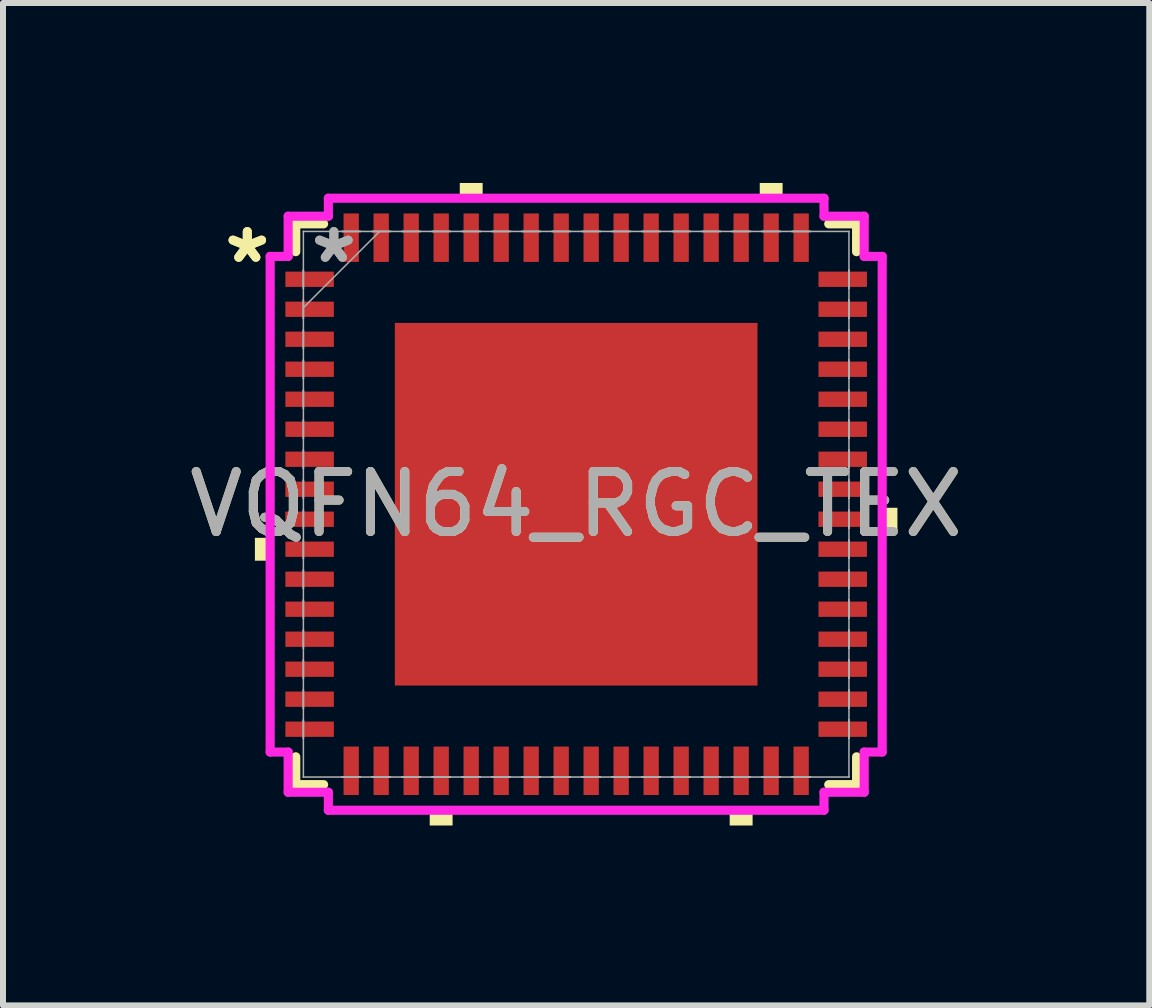
<source format=kicad_pcb>
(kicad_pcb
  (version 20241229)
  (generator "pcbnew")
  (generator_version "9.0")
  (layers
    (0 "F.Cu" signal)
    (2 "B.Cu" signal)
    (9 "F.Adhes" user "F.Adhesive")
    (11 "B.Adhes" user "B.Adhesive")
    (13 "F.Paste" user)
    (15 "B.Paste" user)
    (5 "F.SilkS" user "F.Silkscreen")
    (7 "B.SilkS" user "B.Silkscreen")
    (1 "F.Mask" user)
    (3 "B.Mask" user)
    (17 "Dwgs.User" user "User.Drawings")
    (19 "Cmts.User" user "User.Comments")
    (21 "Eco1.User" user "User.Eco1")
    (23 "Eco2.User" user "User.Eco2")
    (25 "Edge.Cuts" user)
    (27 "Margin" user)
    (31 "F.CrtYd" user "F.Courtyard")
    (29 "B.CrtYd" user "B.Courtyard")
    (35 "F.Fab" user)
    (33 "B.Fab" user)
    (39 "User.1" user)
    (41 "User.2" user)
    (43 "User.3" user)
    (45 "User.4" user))
  (footprint "VQFN64_RGC_TEX"
    (layer "F.Cu")
    (at 6.554 5.355)
    (property "Reference" "VQFN64_RGC_TEX" (at 0 0 0) (unlocked yes) (layer "F.SilkS") (effects (font (size 1 1) (thickness 0.15))))
    (attr smd)
    (fp_line (start -4.674 -4.674) (end -4.674 -4.21) (stroke (width 0.152) (type solid)) (layer "F.SilkS"))
    (fp_line (start -4.674 4.21) (end -4.674 4.674) (stroke (width 0.152) (type solid)) (layer "F.SilkS"))
    (fp_line (start -4.674 4.674) (end -4.21 4.674) (stroke (width 0.152) (type solid)) (layer "F.SilkS"))
    (fp_line (start -4.21 -4.674) (end -4.674 -4.674) (stroke (width 0.152) (type solid)) (layer "F.SilkS"))
    (fp_line (start 4.21 4.674) (end 4.674 4.674) (stroke (width 0.152) (type solid)) (layer "F.SilkS"))
    (fp_line (start 4.674 -4.674) (end 4.21 -4.674) (stroke (width 0.152) (type solid)) (layer "F.SilkS"))
    (fp_line (start 4.674 -4.21) (end 4.674 -4.674) (stroke (width 0.152) (type solid)) (layer "F.SilkS"))
    (fp_line (start 4.674 4.674) (end 4.674 4.21) (stroke (width 0.152) (type solid)) (layer "F.SilkS"))
    (fp_poly (pts (xy -5.355 0.56) (xy -5.355 0.941) (xy -5.101 0.941) (xy -5.101 0.56)) (stroke (width 0) (type solid)) (fill yes) (layer "F.SilkS"))
    (fp_poly (pts (xy -2.441 5.101) (xy -2.441 5.355) (xy -2.06 5.355) (xy -2.06 5.101)) (stroke (width 0) (type solid)) (fill yes) (layer "F.SilkS"))
    (fp_poly (pts (xy -1.94 -5.101) (xy -1.94 -5.355) (xy -1.559 -5.355) (xy -1.559 -5.101)) (stroke (width 0) (type solid)) (fill yes) (layer "F.SilkS"))
    (fp_poly (pts (xy 2.559 5.101) (xy 2.559 5.355) (xy 2.941 5.355) (xy 2.941 5.101)) (stroke (width 0) (type solid)) (fill yes) (layer "F.SilkS"))
    (fp_poly (pts (xy 3.06 -5.101) (xy 3.06 -5.355) (xy 3.441 -5.355) (xy 3.441 -5.101)) (stroke (width 0) (type solid)) (fill yes) (layer "F.SilkS"))
    (fp_poly (pts (xy 5.355 0.059) (xy 5.355 0.441) (xy 5.101 0.441) (xy 5.101 0.059)) (stroke (width 0) (type solid)) (fill yes) (layer "F.SilkS"))
    (fp_poly (pts (xy -2.923 -2.923) (xy -2.923 -1.611) (xy -1.611 -1.611) (xy -1.611 -2.923)) (stroke (width 0) (type solid)) (fill yes) (layer "F.Paste"))
    (fp_poly (pts (xy -2.923 -1.411) (xy -2.923 -0.1) (xy -1.611 -0.1) (xy -1.611 -1.411)) (stroke (width 0) (type solid)) (fill yes) (layer "F.Paste"))
    (fp_poly (pts (xy -2.923 0.1) (xy -2.923 1.411) (xy -1.611 1.411) (xy -1.611 0.1)) (stroke (width 0) (type solid)) (fill yes) (layer "F.Paste"))
    (fp_poly (pts (xy -2.923 1.611) (xy -2.923 2.923) (xy -1.611 2.923) (xy -1.611 1.611)) (stroke (width 0) (type solid)) (fill yes) (layer "F.Paste"))
    (fp_poly (pts (xy -1.411 -2.923) (xy -1.411 -1.611) (xy -0.1 -1.611) (xy -0.1 -2.923)) (stroke (width 0) (type solid)) (fill yes) (layer "F.Paste"))
    (fp_poly (pts (xy -1.411 -1.411) (xy -1.411 -0.1) (xy -0.1 -0.1) (xy -0.1 -1.411)) (stroke (width 0) (type solid)) (fill yes) (layer "F.Paste"))
    (fp_poly (pts (xy -1.411 0.1) (xy -1.411 1.411) (xy -0.1 1.411) (xy -0.1 0.1)) (stroke (width 0) (type solid)) (fill yes) (layer "F.Paste"))
    (fp_poly (pts (xy -1.411 1.611) (xy -1.411 2.923) (xy -0.1 2.923) (xy -0.1 1.611)) (stroke (width 0) (type solid)) (fill yes) (layer "F.Paste"))
    (fp_poly (pts (xy 0.1 -2.923) (xy 0.1 -1.611) (xy 1.411 -1.611) (xy 1.411 -2.923)) (stroke (width 0) (type solid)) (fill yes) (layer "F.Paste"))
    (fp_poly (pts (xy 0.1 -1.411) (xy 0.1 -0.1) (xy 1.411 -0.1) (xy 1.411 -1.411)) (stroke (width 0) (type solid)) (fill yes) (layer "F.Paste"))
    (fp_poly (pts (xy 0.1 0.1) (xy 0.1 1.411) (xy 1.411 1.411) (xy 1.411 0.1)) (stroke (width 0) (type solid)) (fill yes) (layer "F.Paste"))
    (fp_poly (pts (xy 0.1 1.611) (xy 0.1 2.923) (xy 1.411 2.923) (xy 1.411 1.611)) (stroke (width 0) (type solid)) (fill yes) (layer "F.Paste"))
    (fp_poly (pts (xy 1.611 -2.923) (xy 1.611 -1.611) (xy 2.923 -1.611) (xy 2.923 -2.923)) (stroke (width 0) (type solid)) (fill yes) (layer "F.Paste"))
    (fp_poly (pts (xy 1.611 -1.411) (xy 1.611 -0.1) (xy 2.923 -0.1) (xy 2.923 -1.411)) (stroke (width 0) (type solid)) (fill yes) (layer "F.Paste"))
    (fp_poly (pts (xy 1.611 0.1) (xy 1.611 1.411) (xy 2.923 1.411) (xy 2.923 0.1)) (stroke (width 0) (type solid)) (fill yes) (layer "F.Paste"))
    (fp_poly (pts (xy 1.611 1.611) (xy 1.611 2.923) (xy 2.923 2.923) (xy 2.923 1.611)) (stroke (width 0) (type solid)) (fill yes) (layer "F.Paste"))
    (fp_line (start -5.101 -4.131) (end -4.801 -4.131) (stroke (width 0.152) (type solid)) (layer "F.CrtYd"))
    (fp_line (start -5.101 4.131) (end -5.101 -4.131) (stroke (width 0.152) (type solid)) (layer "F.CrtYd"))
    (fp_line (start -4.801 -4.801) (end -4.131 -4.801) (stroke (width 0.152) (type solid)) (layer "F.CrtYd"))
    (fp_line (start -4.801 -4.131) (end -4.801 -4.801) (stroke (width 0.152) (type solid)) (layer "F.CrtYd"))
    (fp_line (start -4.801 4.131) (end -5.101 4.131) (stroke (width 0.152) (type solid)) (layer "F.CrtYd"))
    (fp_line (start -4.801 4.801) (end -4.801 4.131) (stroke (width 0.152) (type solid)) (layer "F.CrtYd"))
    (fp_line (start -4.131 -5.101) (end 4.131 -5.101) (stroke (width 0.152) (type solid)) (layer "F.CrtYd"))
    (fp_line (start -4.131 -4.801) (end -4.131 -5.101) (stroke (width 0.152) (type solid)) (layer "F.CrtYd"))
    (fp_line (start -4.131 4.801) (end -4.801 4.801) (stroke (width 0.152) (type solid)) (layer "F.CrtYd"))
    (fp_line (start -4.131 5.101) (end -4.131 4.801) (stroke (width 0.152) (type solid)) (layer "F.CrtYd"))
    (fp_line (start 4.131 -5.101) (end 4.131 -4.801) (stroke (width 0.152) (type solid)) (layer "F.CrtYd"))
    (fp_line (start 4.131 -4.801) (end 4.801 -4.801) (stroke (width 0.152) (type solid)) (layer "F.CrtYd"))
    (fp_line (start 4.131 4.801) (end 4.131 5.101) (stroke (width 0.152) (type solid)) (layer "F.CrtYd"))
    (fp_line (start 4.131 5.101) (end -4.131 5.101) (stroke (width 0.152) (type solid)) (layer "F.CrtYd"))
    (fp_line (start 4.801 -4.801) (end 4.801 -4.131) (stroke (width 0.152) (type solid)) (layer "F.CrtYd"))
    (fp_line (start 4.801 -4.131) (end 5.101 -4.131) (stroke (width 0.152) (type solid)) (layer "F.CrtYd"))
    (fp_line (start 4.801 4.131) (end 4.801 4.801) (stroke (width 0.152) (type solid)) (layer "F.CrtYd"))
    (fp_line (start 4.801 4.801) (end 4.131 4.801) (stroke (width 0.152) (type solid)) (layer "F.CrtYd"))
    (fp_line (start 5.101 -4.131) (end 5.101 4.131) (stroke (width 0.152) (type solid)) (layer "F.CrtYd"))
    (fp_line (start 5.101 4.131) (end 4.801 4.131) (stroke (width 0.152) (type solid)) (layer "F.CrtYd"))
    (fp_line (start -4.547 -4.547) (end -4.547 -4.547) (stroke (width 0.025) (type solid)) (layer "F.Fab"))
    (fp_line (start -4.547 -4.547) (end -4.547 4.547) (stroke (width 0.025) (type solid)) (layer "F.Fab"))
    (fp_line (start -4.547 -3.902) (end -4.547 -3.902) (stroke (width 0.025) (type solid)) (layer "F.Fab"))
    (fp_line (start -4.547 -3.902) (end -4.547 -3.598) (stroke (width 0.025) (type solid)) (layer "F.Fab"))
    (fp_line (start -4.547 -3.598) (end -4.547 -3.902) (stroke (width 0.025) (type solid)) (layer "F.Fab"))
    (fp_line (start -4.547 -3.598) (end -4.547 -3.598) (stroke (width 0.025) (type solid)) (layer "F.Fab"))
    (fp_line (start -4.547 -3.402) (end -4.547 -3.402) (stroke (width 0.025) (type solid)) (layer "F.Fab"))
    (fp_line (start -4.547 -3.402) (end -4.547 -3.098) (stroke (width 0.025) (type solid)) (layer "F.Fab"))
    (fp_line (start -4.547 -3.277) (end -3.277 -4.547) (stroke (width 0.025) (type solid)) (layer "F.Fab"))
    (fp_line (start -4.547 -3.098) (end -4.547 -3.402) (stroke (width 0.025) (type solid)) (layer "F.Fab"))
    (fp_line (start -4.547 -3.098) (end -4.547 -3.098) (stroke (width 0.025) (type solid)) (layer "F.Fab"))
    (fp_line (start -4.547 -2.902) (end -4.547 -2.902) (stroke (width 0.025) (type solid)) (layer "F.Fab"))
    (fp_line (start -4.547 -2.902) (end -4.547 -2.598) (stroke (width 0.025) (type solid)) (layer "F.Fab"))
    (fp_line (start -4.547 -2.598) (end -4.547 -2.902) (stroke (width 0.025) (type solid)) (layer "F.Fab"))
    (fp_line (start -4.547 -2.598) (end -4.547 -2.598) (stroke (width 0.025) (type solid)) (layer "F.Fab"))
    (fp_line (start -4.547 -2.402) (end -4.547 -2.402) (stroke (width 0.025) (type solid)) (layer "F.Fab"))
    (fp_line (start -4.547 -2.402) (end -4.547 -2.098) (stroke (width 0.025) (type solid)) (layer "F.Fab"))
    (fp_line (start -4.547 -2.098) (end -4.547 -2.402) (stroke (width 0.025) (type solid)) (layer "F.Fab"))
    (fp_line (start -4.547 -2.098) (end -4.547 -2.098) (stroke (width 0.025) (type solid)) (layer "F.Fab"))
    (fp_line (start -4.547 -1.902) (end -4.547 -1.902) (stroke (width 0.025) (type solid)) (layer "F.Fab"))
    (fp_line (start -4.547 -1.902) (end -4.547 -1.598) (stroke (width 0.025) (type solid)) (layer "F.Fab"))
    (fp_line (start -4.547 -1.598) (end -4.547 -1.902) (stroke (width 0.025) (type solid)) (layer "F.Fab"))
    (fp_line (start -4.547 -1.598) (end -4.547 -1.598) (stroke (width 0.025) (type solid)) (layer "F.Fab"))
    (fp_line (start -4.547 -1.402) (end -4.547 -1.402) (stroke (width 0.025) (type solid)) (layer "F.Fab"))
    (fp_line (start -4.547 -1.402) (end -4.547 -1.098) (stroke (width 0.025) (type solid)) (layer "F.Fab"))
    (fp_line (start -4.547 -1.098) (end -4.547 -1.402) (stroke (width 0.025) (type solid)) (layer "F.Fab"))
    (fp_line (start -4.547 -1.098) (end -4.547 -1.098) (stroke (width 0.025) (type solid)) (layer "F.Fab"))
    (fp_line (start -4.547 -0.902) (end -4.547 -0.902) (stroke (width 0.025) (type solid)) (layer "F.Fab"))
    (fp_line (start -4.547 -0.902) (end -4.547 -0.598) (stroke (width 0.025) (type solid)) (layer "F.Fab"))
    (fp_line (start -4.547 -0.598) (end -4.547 -0.902) (stroke (width 0.025) (type solid)) (layer "F.Fab"))
    (fp_line (start -4.547 -0.598) (end -4.547 -0.598) (stroke (width 0.025) (type solid)) (layer "F.Fab"))
    (fp_line (start -4.547 -0.402) (end -4.547 -0.402) (stroke (width 0.025) (type solid)) (layer "F.Fab"))
    (fp_line (start -4.547 -0.402) (end -4.547 -0.098) (stroke (width 0.025) (type solid)) (layer "F.Fab"))
    (fp_line (start -4.547 -0.098) (end -4.547 -0.402) (stroke (width 0.025) (type solid)) (layer "F.Fab"))
    (fp_line (start -4.547 -0.098) (end -4.547 -0.098) (stroke (width 0.025) (type solid)) (layer "F.Fab"))
    (fp_line (start -4.547 0.098) (end -4.547 0.098) (stroke (width 0.025) (type solid)) (layer "F.Fab"))
    (fp_line (start -4.547 0.098) (end -4.547 0.402) (stroke (width 0.025) (type solid)) (layer "F.Fab"))
    (fp_line (start -4.547 0.402) (end -4.547 0.098) (stroke (width 0.025) (type solid)) (layer "F.Fab"))
    (fp_line (start -4.547 0.402) (end -4.547 0.402) (stroke (width 0.025) (type solid)) (layer "F.Fab"))
    (fp_line (start -4.547 0.598) (end -4.547 0.598) (stroke (width 0.025) (type solid)) (layer "F.Fab"))
    (fp_line (start -4.547 0.598) (end -4.547 0.902) (stroke (width 0.025) (type solid)) (layer "F.Fab"))
    (fp_line (start -4.547 0.902) (end -4.547 0.598) (stroke (width 0.025) (type solid)) (layer "F.Fab"))
    (fp_line (start -4.547 0.902) (end -4.547 0.902) (stroke (width 0.025) (type solid)) (layer "F.Fab"))
    (fp_line (start -4.547 1.098) (end -4.547 1.098) (stroke (width 0.025) (type solid)) (layer "F.Fab"))
    (fp_line (start -4.547 1.098) (end -4.547 1.402) (stroke (width 0.025) (type solid)) (layer "F.Fab"))
    (fp_line (start -4.547 1.402) (end -4.547 1.098) (stroke (width 0.025) (type solid)) (layer "F.Fab"))
    (fp_line (start -4.547 1.402) (end -4.547 1.402) (stroke (width 0.025) (type solid)) (layer "F.Fab"))
    (fp_line (start -4.547 1.598) (end -4.547 1.598) (stroke (width 0.025) (type solid)) (layer "F.Fab"))
    (fp_line (start -4.547 1.598) (end -4.547 1.902) (stroke (width 0.025) (type solid)) (layer "F.Fab"))
    (fp_line (start -4.547 1.902) (end -4.547 1.598) (stroke (width 0.025) (type solid)) (layer "F.Fab"))
    (fp_line (start -4.547 1.902) (end -4.547 1.902) (stroke (width 0.025) (type solid)) (layer "F.Fab"))
    (fp_line (start -4.547 2.098) (end -4.547 2.098) (stroke (width 0.025) (type solid)) (layer "F.Fab"))
    (fp_line (start -4.547 2.098) (end -4.547 2.402) (stroke (width 0.025) (type solid)) (layer "F.Fab"))
    (fp_line (start -4.547 2.402) (end -4.547 2.098) (stroke (width 0.025) (type solid)) (layer "F.Fab"))
    (fp_line (start -4.547 2.402) (end -4.547 2.402) (stroke (width 0.025) (type solid)) (layer "F.Fab"))
    (fp_line (start -4.547 2.598) (end -4.547 2.598) (stroke (width 0.025) (type solid)) (layer "F.Fab"))
    (fp_line (start -4.547 2.598) (end -4.547 2.902) (stroke (width 0.025) (type solid)) (layer "F.Fab"))
    (fp_line (start -4.547 2.902) (end -4.547 2.598) (stroke (width 0.025) (type solid)) (layer "F.Fab"))
    (fp_line (start -4.547 2.902) (end -4.547 2.902) (stroke (width 0.025) (type solid)) (layer "F.Fab"))
    (fp_line (start -4.547 3.098) (end -4.547 3.098) (stroke (width 0.025) (type solid)) (layer "F.Fab"))
    (fp_line (start -4.547 3.098) (end -4.547 3.402) (stroke (width 0.025) (type solid)) (layer "F.Fab"))
    (fp_line (start -4.547 3.402) (end -4.547 3.098) (stroke (width 0.025) (type solid)) (layer "F.Fab"))
    (fp_line (start -4.547 3.402) (end -4.547 3.402) (stroke (width 0.025) (type solid)) (layer "F.Fab"))
    (fp_line (start -4.547 3.598) (end -4.547 3.598) (stroke (width 0.025) (type solid)) (layer "F.Fab"))
    (fp_line (start -4.547 3.598) (end -4.547 3.902) (stroke (width 0.025) (type solid)) (layer "F.Fab"))
    (fp_line (start -4.547 3.902) (end -4.547 3.598) (stroke (width 0.025) (type solid)) (layer "F.Fab"))
    (fp_line (start -4.547 3.902) (end -4.547 3.902) (stroke (width 0.025) (type solid)) (layer "F.Fab"))
    (fp_line (start -4.547 4.547) (end -4.547 4.547) (stroke (width 0.025) (type solid)) (layer "F.Fab"))
    (fp_line (start -4.547 4.547) (end 4.547 4.547) (stroke (width 0.025) (type solid)) (layer "F.Fab"))
    (fp_line (start -3.902 -4.547) (end -3.902 -4.547) (stroke (width 0.025) (type solid)) (layer "F.Fab"))
    (fp_line (start -3.902 -4.547) (end -3.598 -4.547) (stroke (width 0.025) (type solid)) (layer "F.Fab"))
    (fp_line (start -3.902 4.547) (end -3.902 4.547) (stroke (width 0.025) (type solid)) (layer "F.Fab"))
    (fp_line (start -3.902 4.547) (end -3.598 4.547) (stroke (width 0.025) (type solid)) (layer "F.Fab"))
    (fp_line (start -3.598 -4.547) (end -3.902 -4.547) (stroke (width 0.025) (type solid)) (layer "F.Fab"))
    (fp_line (start -3.598 -4.547) (end -3.598 -4.547) (stroke (width 0.025) (type solid)) (layer "F.Fab"))
    (fp_line (start -3.598 4.547) (end -3.902 4.547) (stroke (width 0.025) (type solid)) (layer "F.Fab"))
    (fp_line (start -3.598 4.547) (end -3.598 4.547) (stroke (width 0.025) (type solid)) (layer "F.Fab"))
    (fp_line (start -3.402 -4.547) (end -3.402 -4.547) (stroke (width 0.025) (type solid)) (layer "F.Fab"))
    (fp_line (start -3.402 -4.547) (end -3.098 -4.547) (stroke (width 0.025) (type solid)) (layer "F.Fab"))
    (fp_line (start -3.402 4.547) (end -3.402 4.547) (stroke (width 0.025) (type solid)) (layer "F.Fab"))
    (fp_line (start -3.402 4.547) (end -3.098 4.547) (stroke (width 0.025) (type solid)) (layer "F.Fab"))
    (fp_line (start -3.098 -4.547) (end -3.402 -4.547) (stroke (width 0.025) (type solid)) (layer "F.Fab"))
    (fp_line (start -3.098 -4.547) (end -3.098 -4.547) (stroke (width 0.025) (type solid)) (layer "F.Fab"))
    (fp_line (start -3.098 4.547) (end -3.402 4.547) (stroke (width 0.025) (type solid)) (layer "F.Fab"))
    (fp_line (start -3.098 4.547) (end -3.098 4.547) (stroke (width 0.025) (type solid)) (layer "F.Fab"))
    (fp_line (start -2.902 -4.547) (end -2.902 -4.547) (stroke (width 0.025) (type solid)) (layer "F.Fab"))
    (fp_line (start -2.902 -4.547) (end -2.598 -4.547) (stroke (width 0.025) (type solid)) (layer "F.Fab"))
    (fp_line (start -2.902 4.547) (end -2.902 4.547) (stroke (width 0.025) (type solid)) (layer "F.Fab"))
    (fp_line (start -2.902 4.547) (end -2.598 4.547) (stroke (width 0.025) (type solid)) (layer "F.Fab"))
    (fp_line (start -2.598 -4.547) (end -2.902 -4.547) (stroke (width 0.025) (type solid)) (layer "F.Fab"))
    (fp_line (start -2.598 -4.547) (end -2.598 -4.547) (stroke (width 0.025) (type solid)) (layer "F.Fab"))
    (fp_line (start -2.598 4.547) (end -2.902 4.547) (stroke (width 0.025) (type solid)) (layer "F.Fab"))
    (fp_line (start -2.598 4.547) (end -2.598 4.547) (stroke (width 0.025) (type solid)) (layer "F.Fab"))
    (fp_line (start -2.402 -4.547) (end -2.402 -4.547) (stroke (width 0.025) (type solid)) (layer "F.Fab"))
    (fp_line (start -2.402 -4.547) (end -2.098 -4.547) (stroke (width 0.025) (type solid)) (layer "F.Fab"))
    (fp_line (start -2.402 4.547) (end -2.402 4.547) (stroke (width 0.025) (type solid)) (layer "F.Fab"))
    (fp_line (start -2.402 4.547) (end -2.098 4.547) (stroke (width 0.025) (type solid)) (layer "F.Fab"))
    (fp_line (start -2.098 -4.547) (end -2.402 -4.547) (stroke (width 0.025) (type solid)) (layer "F.Fab"))
    (fp_line (start -2.098 -4.547) (end -2.098 -4.547) (stroke (width 0.025) (type solid)) (layer "F.Fab"))
    (fp_line (start -2.098 4.547) (end -2.402 4.547) (stroke (width 0.025) (type solid)) (layer "F.Fab"))
    (fp_line (start -2.098 4.547) (end -2.098 4.547) (stroke (width 0.025) (type solid)) (layer "F.Fab"))
    (fp_line (start -1.902 -4.547) (end -1.902 -4.547) (stroke (width 0.025) (type solid)) (layer "F.Fab"))
    (fp_line (start -1.902 -4.547) (end -1.598 -4.547) (stroke (width 0.025) (type solid)) (layer "F.Fab"))
    (fp_line (start -1.902 4.547) (end -1.902 4.547) (stroke (width 0.025) (type solid)) (layer "F.Fab"))
    (fp_line (start -1.902 4.547) (end -1.598 4.547) (stroke (width 0.025) (type solid)) (layer "F.Fab"))
    (fp_line (start -1.598 -4.547) (end -1.902 -4.547) (stroke (width 0.025) (type solid)) (layer "F.Fab"))
    (fp_line (start -1.598 -4.547) (end -1.598 -4.547) (stroke (width 0.025) (type solid)) (layer "F.Fab"))
    (fp_line (start -1.598 4.547) (end -1.902 4.547) (stroke (width 0.025) (type solid)) (layer "F.Fab"))
    (fp_line (start -1.598 4.547) (end -1.598 4.547) (stroke (width 0.025) (type solid)) (layer "F.Fab"))
    (fp_line (start -1.402 -4.547) (end -1.402 -4.547) (stroke (width 0.025) (type solid)) (layer "F.Fab"))
    (fp_line (start -1.402 -4.547) (end -1.098 -4.547) (stroke (width 0.025) (type solid)) (layer "F.Fab"))
    (fp_line (start -1.402 4.547) (end -1.402 4.547) (stroke (width 0.025) (type solid)) (layer "F.Fab"))
    (fp_line (start -1.402 4.547) (end -1.098 4.547) (stroke (width 0.025) (type solid)) (layer "F.Fab"))
    (fp_line (start -1.098 -4.547) (end -1.402 -4.547) (stroke (width 0.025) (type solid)) (layer "F.Fab"))
    (fp_line (start -1.098 -4.547) (end -1.098 -4.547) (stroke (width 0.025) (type solid)) (layer "F.Fab"))
    (fp_line (start -1.098 4.547) (end -1.402 4.547) (stroke (width 0.025) (type solid)) (layer "F.Fab"))
    (fp_line (start -1.098 4.547) (end -1.098 4.547) (stroke (width 0.025) (type solid)) (layer "F.Fab"))
    (fp_line (start -0.902 -4.547) (end -0.902 -4.547) (stroke (width 0.025) (type solid)) (layer "F.Fab"))
    (fp_line (start -0.902 -4.547) (end -0.598 -4.547) (stroke (width 0.025) (type solid)) (layer "F.Fab"))
    (fp_line (start -0.902 4.547) (end -0.902 4.547) (stroke (width 0.025) (type solid)) (layer "F.Fab"))
    (fp_line (start -0.902 4.547) (end -0.598 4.547) (stroke (width 0.025) (type solid)) (layer "F.Fab"))
    (fp_line (start -0.598 -4.547) (end -0.902 -4.547) (stroke (width 0.025) (type solid)) (layer "F.Fab"))
    (fp_line (start -0.598 -4.547) (end -0.598 -4.547) (stroke (width 0.025) (type solid)) (layer "F.Fab"))
    (fp_line (start -0.598 4.547) (end -0.902 4.547) (stroke (width 0.025) (type solid)) (layer "F.Fab"))
    (fp_line (start -0.598 4.547) (end -0.598 4.547) (stroke (width 0.025) (type solid)) (layer "F.Fab"))
    (fp_line (start -0.402 -4.547) (end -0.402 -4.547) (stroke (width 0.025) (type solid)) (layer "F.Fab"))
    (fp_line (start -0.402 -4.547) (end -0.098 -4.547) (stroke (width 0.025) (type solid)) (layer "F.Fab"))
    (fp_line (start -0.402 4.547) (end -0.402 4.547) (stroke (width 0.025) (type solid)) (layer "F.Fab"))
    (fp_line (start -0.402 4.547) (end -0.098 4.547) (stroke (width 0.025) (type solid)) (layer "F.Fab"))
    (fp_line (start -0.098 -4.547) (end -0.402 -4.547) (stroke (width 0.025) (type solid)) (layer "F.Fab"))
    (fp_line (start -0.098 -4.547) (end -0.098 -4.547) (stroke (width 0.025) (type solid)) (layer "F.Fab"))
    (fp_line (start -0.098 4.547) (end -0.402 4.547) (stroke (width 0.025) (type solid)) (layer "F.Fab"))
    (fp_line (start -0.098 4.547) (end -0.098 4.547) (stroke (width 0.025) (type solid)) (layer "F.Fab"))
    (fp_line (start 0.098 -4.547) (end 0.098 -4.547) (stroke (width 0.025) (type solid)) (layer "F.Fab"))
    (fp_line (start 0.098 -4.547) (end 0.402 -4.547) (stroke (width 0.025) (type solid)) (layer "F.Fab"))
    (fp_line (start 0.098 4.547) (end 0.098 4.547) (stroke (width 0.025) (type solid)) (layer "F.Fab"))
    (fp_line (start 0.098 4.547) (end 0.402 4.547) (stroke (width 0.025) (type solid)) (layer "F.Fab"))
    (fp_line (start 0.402 -4.547) (end 0.098 -4.547) (stroke (width 0.025) (type solid)) (layer "F.Fab"))
    (fp_line (start 0.402 -4.547) (end 0.402 -4.547) (stroke (width 0.025) (type solid)) (layer "F.Fab"))
    (fp_line (start 0.402 4.547) (end 0.098 4.547) (stroke (width 0.025) (type solid)) (layer "F.Fab"))
    (fp_line (start 0.402 4.547) (end 0.402 4.547) (stroke (width 0.025) (type solid)) (layer "F.Fab"))
    (fp_line (start 0.598 -4.547) (end 0.598 -4.547) (stroke (width 0.025) (type solid)) (layer "F.Fab"))
    (fp_line (start 0.598 -4.547) (end 0.902 -4.547) (stroke (width 0.025) (type solid)) (layer "F.Fab"))
    (fp_line (start 0.598 4.547) (end 0.598 4.547) (stroke (width 0.025) (type solid)) (layer "F.Fab"))
    (fp_line (start 0.598 4.547) (end 0.902 4.547) (stroke (width 0.025) (type solid)) (layer "F.Fab"))
    (fp_line (start 0.902 -4.547) (end 0.598 -4.547) (stroke (width 0.025) (type solid)) (layer "F.Fab"))
    (fp_line (start 0.902 -4.547) (end 0.902 -4.547) (stroke (width 0.025) (type solid)) (layer "F.Fab"))
    (fp_line (start 0.902 4.547) (end 0.598 4.547) (stroke (width 0.025) (type solid)) (layer "F.Fab"))
    (fp_line (start 0.902 4.547) (end 0.902 4.547) (stroke (width 0.025) (type solid)) (layer "F.Fab"))
    (fp_line (start 1.098 -4.547) (end 1.098 -4.547) (stroke (width 0.025) (type solid)) (layer "F.Fab"))
    (fp_line (start 1.098 -4.547) (end 1.402 -4.547) (stroke (width 0.025) (type solid)) (layer "F.Fab"))
    (fp_line (start 1.098 4.547) (end 1.098 4.547) (stroke (width 0.025) (type solid)) (layer "F.Fab"))
    (fp_line (start 1.098 4.547) (end 1.402 4.547) (stroke (width 0.025) (type solid)) (layer "F.Fab"))
    (fp_line (start 1.402 -4.547) (end 1.098 -4.547) (stroke (width 0.025) (type solid)) (layer "F.Fab"))
    (fp_line (start 1.402 -4.547) (end 1.402 -4.547) (stroke (width 0.025) (type solid)) (layer "F.Fab"))
    (fp_line (start 1.402 4.547) (end 1.098 4.547) (stroke (width 0.025) (type solid)) (layer "F.Fab"))
    (fp_line (start 1.402 4.547) (end 1.402 4.547) (stroke (width 0.025) (type solid)) (layer "F.Fab"))
    (fp_line (start 1.598 -4.547) (end 1.598 -4.547) (stroke (width 0.025) (type solid)) (layer "F.Fab"))
    (fp_line (start 1.598 -4.547) (end 1.902 -4.547) (stroke (width 0.025) (type solid)) (layer "F.Fab"))
    (fp_line (start 1.598 4.547) (end 1.598 4.547) (stroke (width 0.025) (type solid)) (layer "F.Fab"))
    (fp_line (start 1.598 4.547) (end 1.902 4.547) (stroke (width 0.025) (type solid)) (layer "F.Fab"))
    (fp_line (start 1.902 -4.547) (end 1.598 -4.547) (stroke (width 0.025) (type solid)) (layer "F.Fab"))
    (fp_line (start 1.902 -4.547) (end 1.902 -4.547) (stroke (width 0.025) (type solid)) (layer "F.Fab"))
    (fp_line (start 1.902 4.547) (end 1.598 4.547) (stroke (width 0.025) (type solid)) (layer "F.Fab"))
    (fp_line (start 1.902 4.547) (end 1.902 4.547) (stroke (width 0.025) (type solid)) (layer "F.Fab"))
    (fp_line (start 2.098 -4.547) (end 2.098 -4.547) (stroke (width 0.025) (type solid)) (layer "F.Fab"))
    (fp_line (start 2.098 -4.547) (end 2.402 -4.547) (stroke (width 0.025) (type solid)) (layer "F.Fab"))
    (fp_line (start 2.098 4.547) (end 2.098 4.547) (stroke (width 0.025) (type solid)) (layer "F.Fab"))
    (fp_line (start 2.098 4.547) (end 2.402 4.547) (stroke (width 0.025) (type solid)) (layer "F.Fab"))
    (fp_line (start 2.402 -4.547) (end 2.098 -4.547) (stroke (width 0.025) (type solid)) (layer "F.Fab"))
    (fp_line (start 2.402 -4.547) (end 2.402 -4.547) (stroke (width 0.025) (type solid)) (layer "F.Fab"))
    (fp_line (start 2.402 4.547) (end 2.098 4.547) (stroke (width 0.025) (type solid)) (layer "F.Fab"))
    (fp_line (start 2.402 4.547) (end 2.402 4.547) (stroke (width 0.025) (type solid)) (layer "F.Fab"))
    (fp_line (start 2.598 -4.547) (end 2.598 -4.547) (stroke (width 0.025) (type solid)) (layer "F.Fab"))
    (fp_line (start 2.598 -4.547) (end 2.902 -4.547) (stroke (width 0.025) (type solid)) (layer "F.Fab"))
    (fp_line (start 2.598 4.547) (end 2.598 4.547) (stroke (width 0.025) (type solid)) (layer "F.Fab"))
    (fp_line (start 2.598 4.547) (end 2.902 4.547) (stroke (width 0.025) (type solid)) (layer "F.Fab"))
    (fp_line (start 2.902 -4.547) (end 2.598 -4.547) (stroke (width 0.025) (type solid)) (layer "F.Fab"))
    (fp_line (start 2.902 -4.547) (end 2.902 -4.547) (stroke (width 0.025) (type solid)) (layer "F.Fab"))
    (fp_line (start 2.902 4.547) (end 2.598 4.547) (stroke (width 0.025) (type solid)) (layer "F.Fab"))
    (fp_line (start 2.902 4.547) (end 2.902 4.547) (stroke (width 0.025) (type solid)) (layer "F.Fab"))
    (fp_line (start 3.098 -4.547) (end 3.098 -4.547) (stroke (width 0.025) (type solid)) (layer "F.Fab"))
    (fp_line (start 3.098 -4.547) (end 3.402 -4.547) (stroke (width 0.025) (type solid)) (layer "F.Fab"))
    (fp_line (start 3.098 4.547) (end 3.098 4.547) (stroke (width 0.025) (type solid)) (layer "F.Fab"))
    (fp_line (start 3.098 4.547) (end 3.402 4.547) (stroke (width 0.025) (type solid)) (layer "F.Fab"))
    (fp_line (start 3.402 -4.547) (end 3.098 -4.547) (stroke (width 0.025) (type solid)) (layer "F.Fab"))
    (fp_line (start 3.402 -4.547) (end 3.402 -4.547) (stroke (width 0.025) (type solid)) (layer "F.Fab"))
    (fp_line (start 3.402 4.547) (end 3.098 4.547) (stroke (width 0.025) (type solid)) (layer "F.Fab"))
    (fp_line (start 3.402 4.547) (end 3.402 4.547) (stroke (width 0.025) (type solid)) (layer "F.Fab"))
    (fp_line (start 3.598 -4.547) (end 3.598 -4.547) (stroke (width 0.025) (type solid)) (layer "F.Fab"))
    (fp_line (start 3.598 -4.547) (end 3.902 -4.547) (stroke (width 0.025) (type solid)) (layer "F.Fab"))
    (fp_line (start 3.598 4.547) (end 3.598 4.547) (stroke (width 0.025) (type solid)) (layer "F.Fab"))
    (fp_line (start 3.598 4.547) (end 3.902 4.547) (stroke (width 0.025) (type solid)) (layer "F.Fab"))
    (fp_line (start 3.902 -4.547) (end 3.598 -4.547) (stroke (width 0.025) (type solid)) (layer "F.Fab"))
    (fp_line (start 3.902 -4.547) (end 3.902 -4.547) (stroke (width 0.025) (type solid)) (layer "F.Fab"))
    (fp_line (start 3.902 4.547) (end 3.598 4.547) (stroke (width 0.025) (type solid)) (layer "F.Fab"))
    (fp_line (start 3.902 4.547) (end 3.902 4.547) (stroke (width 0.025) (type solid)) (layer "F.Fab"))
    (fp_line (start 4.547 -4.547) (end -4.547 -4.547) (stroke (width 0.025) (type solid)) (layer "F.Fab"))
    (fp_line (start 4.547 -4.547) (end 4.547 -4.547) (stroke (width 0.025) (type solid)) (layer "F.Fab"))
    (fp_line (start 4.547 -3.902) (end 4.547 -3.902) (stroke (width 0.025) (type solid)) (layer "F.Fab"))
    (fp_line (start 4.547 -3.902) (end 4.547 -3.598) (stroke (width 0.025) (type solid)) (layer "F.Fab"))
    (fp_line (start 4.547 -3.598) (end 4.547 -3.902) (stroke (width 0.025) (type solid)) (layer "F.Fab"))
    (fp_line (start 4.547 -3.598) (end 4.547 -3.598) (stroke (width 0.025) (type solid)) (layer "F.Fab"))
    (fp_line (start 4.547 -3.402) (end 4.547 -3.402) (stroke (width 0.025) (type solid)) (layer "F.Fab"))
    (fp_line (start 4.547 -3.402) (end 4.547 -3.098) (stroke (width 0.025) (type solid)) (layer "F.Fab"))
    (fp_line (start 4.547 -3.098) (end 4.547 -3.402) (stroke (width 0.025) (type solid)) (layer "F.Fab"))
    (fp_line (start 4.547 -3.098) (end 4.547 -3.098) (stroke (width 0.025) (type solid)) (layer "F.Fab"))
    (fp_line (start 4.547 -2.902) (end 4.547 -2.902) (stroke (width 0.025) (type solid)) (layer "F.Fab"))
    (fp_line (start 4.547 -2.902) (end 4.547 -2.598) (stroke (width 0.025) (type solid)) (layer "F.Fab"))
    (fp_line (start 4.547 -2.598) (end 4.547 -2.902) (stroke (width 0.025) (type solid)) (layer "F.Fab"))
    (fp_line (start 4.547 -2.598) (end 4.547 -2.598) (stroke (width 0.025) (type solid)) (layer "F.Fab"))
    (fp_line (start 4.547 -2.402) (end 4.547 -2.402) (stroke (width 0.025) (type solid)) (layer "F.Fab"))
    (fp_line (start 4.547 -2.402) (end 4.547 -2.098) (stroke (width 0.025) (type solid)) (layer "F.Fab"))
    (fp_line (start 4.547 -2.098) (end 4.547 -2.402) (stroke (width 0.025) (type solid)) (layer "F.Fab"))
    (fp_line (start 4.547 -2.098) (end 4.547 -2.098) (stroke (width 0.025) (type solid)) (layer "F.Fab"))
    (fp_line (start 4.547 -1.902) (end 4.547 -1.902) (stroke (width 0.025) (type solid)) (layer "F.Fab"))
    (fp_line (start 4.547 -1.902) (end 4.547 -1.598) (stroke (width 0.025) (type solid)) (layer "F.Fab"))
    (fp_line (start 4.547 -1.598) (end 4.547 -1.902) (stroke (width 0.025) (type solid)) (layer "F.Fab"))
    (fp_line (start 4.547 -1.598) (end 4.547 -1.598) (stroke (width 0.025) (type solid)) (layer "F.Fab"))
    (fp_line (start 4.547 -1.402) (end 4.547 -1.402) (stroke (width 0.025) (type solid)) (layer "F.Fab"))
    (fp_line (start 4.547 -1.402) (end 4.547 -1.098) (stroke (width 0.025) (type solid)) (layer "F.Fab"))
    (fp_line (start 4.547 -1.098) (end 4.547 -1.402) (stroke (width 0.025) (type solid)) (layer "F.Fab"))
    (fp_line (start 4.547 -1.098) (end 4.547 -1.098) (stroke (width 0.025) (type solid)) (layer "F.Fab"))
    (fp_line (start 4.547 -0.902) (end 4.547 -0.902) (stroke (width 0.025) (type solid)) (layer "F.Fab"))
    (fp_line (start 4.547 -0.902) (end 4.547 -0.598) (stroke (width 0.025) (type solid)) (layer "F.Fab"))
    (fp_line (start 4.547 -0.598) (end 4.547 -0.902) (stroke (width 0.025) (type solid)) (layer "F.Fab"))
    (fp_line (start 4.547 -0.598) (end 4.547 -0.598) (stroke (width 0.025) (type solid)) (layer "F.Fab"))
    (fp_line (start 4.547 -0.402) (end 4.547 -0.402) (stroke (width 0.025) (type solid)) (layer "F.Fab"))
    (fp_line (start 4.547 -0.402) (end 4.547 -0.098) (stroke (width 0.025) (type solid)) (layer "F.Fab"))
    (fp_line (start 4.547 -0.098) (end 4.547 -0.402) (stroke (width 0.025) (type solid)) (layer "F.Fab"))
    (fp_line (start 4.547 -0.098) (end 4.547 -0.098) (stroke (width 0.025) (type solid)) (layer "F.Fab"))
    (fp_line (start 4.547 0.098) (end 4.547 0.098) (stroke (width 0.025) (type solid)) (layer "F.Fab"))
    (fp_line (start 4.547 0.098) (end 4.547 0.402) (stroke (width 0.025) (type solid)) (layer "F.Fab"))
    (fp_line (start 4.547 0.402) (end 4.547 0.098) (stroke (width 0.025) (type solid)) (layer "F.Fab"))
    (fp_line (start 4.547 0.402) (end 4.547 0.402) (stroke (width 0.025) (type solid)) (layer "F.Fab"))
    (fp_line (start 4.547 0.598) (end 4.547 0.598) (stroke (width 0.025) (type solid)) (layer "F.Fab"))
    (fp_line (start 4.547 0.598) (end 4.547 0.902) (stroke (width 0.025) (type solid)) (layer "F.Fab"))
    (fp_line (start 4.547 0.902) (end 4.547 0.598) (stroke (width 0.025) (type solid)) (layer "F.Fab"))
    (fp_line (start 4.547 0.902) (end 4.547 0.902) (stroke (width 0.025) (type solid)) (layer "F.Fab"))
    (fp_line (start 4.547 1.098) (end 4.547 1.098) (stroke (width 0.025) (type solid)) (layer "F.Fab"))
    (fp_line (start 4.547 1.098) (end 4.547 1.402) (stroke (width 0.025) (type solid)) (layer "F.Fab"))
    (fp_line (start 4.547 1.402) (end 4.547 1.098) (stroke (width 0.025) (type solid)) (layer "F.Fab"))
    (fp_line (start 4.547 1.402) (end 4.547 1.402) (stroke (width 0.025) (type solid)) (layer "F.Fab"))
    (fp_line (start 4.547 1.598) (end 4.547 1.598) (stroke (width 0.025) (type solid)) (layer "F.Fab"))
    (fp_line (start 4.547 1.598) (end 4.547 1.902) (stroke (width 0.025) (type solid)) (layer "F.Fab"))
    (fp_line (start 4.547 1.902) (end 4.547 1.598) (stroke (width 0.025) (type solid)) (layer "F.Fab"))
    (fp_line (start 4.547 1.902) (end 4.547 1.902) (stroke (width 0.025) (type solid)) (layer "F.Fab"))
    (fp_line (start 4.547 2.098) (end 4.547 2.098) (stroke (width 0.025) (type solid)) (layer "F.Fab"))
    (fp_line (start 4.547 2.098) (end 4.547 2.402) (stroke (width 0.025) (type solid)) (layer "F.Fab"))
    (fp_line (start 4.547 2.402) (end 4.547 2.098) (stroke (width 0.025) (type solid)) (layer "F.Fab"))
    (fp_line (start 4.547 2.402) (end 4.547 2.402) (stroke (width 0.025) (type solid)) (layer "F.Fab"))
    (fp_line (start 4.547 2.598) (end 4.547 2.598) (stroke (width 0.025) (type solid)) (layer "F.Fab"))
    (fp_line (start 4.547 2.598) (end 4.547 2.902) (stroke (width 0.025) (type solid)) (layer "F.Fab"))
    (fp_line (start 4.547 2.902) (end 4.547 2.598) (stroke (width 0.025) (type solid)) (layer "F.Fab"))
    (fp_line (start 4.547 2.902) (end 4.547 2.902) (stroke (width 0.025) (type solid)) (layer "F.Fab"))
    (fp_line (start 4.547 3.098) (end 4.547 3.098) (stroke (width 0.025) (type solid)) (layer "F.Fab"))
    (fp_line (start 4.547 3.098) (end 4.547 3.402) (stroke (width 0.025) (type solid)) (layer "F.Fab"))
    (fp_line (start 4.547 3.402) (end 4.547 3.098) (stroke (width 0.025) (type solid)) (layer "F.Fab"))
    (fp_line (start 4.547 3.402) (end 4.547 3.402) (stroke (width 0.025) (type solid)) (layer "F.Fab"))
    (fp_line (start 4.547 3.598) (end 4.547 3.598) (stroke (width 0.025) (type solid)) (layer "F.Fab"))
    (fp_line (start 4.547 3.598) (end 4.547 3.902) (stroke (width 0.025) (type solid)) (layer "F.Fab"))
    (fp_line (start 4.547 3.902) (end 4.547 3.598) (stroke (width 0.025) (type solid)) (layer "F.Fab"))
    (fp_line (start 4.547 3.902) (end 4.547 3.902) (stroke (width 0.025) (type solid)) (layer "F.Fab"))
    (fp_line (start 4.547 4.547) (end 4.547 -4.547) (stroke (width 0.025) (type solid)) (layer "F.Fab"))
    (fp_line (start 4.547 4.547) (end 4.547 4.547) (stroke (width 0.025) (type solid)) (layer "F.Fab"))
    (fp_text user "*" (at -5.482 -4 0) (layer "F.SilkS") (effects (font (size 1 1) (thickness 0.15))))
    (fp_text user "*" (at -5.482 -4 0) (unlocked yes) (layer "F.SilkS") (effects (font (size 1 1) (thickness 0.15))))
    (fp_text user "${REFERENCE}" (at 0 0 0) (unlocked yes) (layer "F.Fab") (effects (font (size 1 1) (thickness 0.15))))
    (fp_text user "*" (at -4.039 -4 0) (unlocked yes) (layer "F.Fab") (effects (font (size 1 1) (thickness 0.15))))
    (fp_text user "*" (at -4.039 -4 0) (layer "F.Fab") (effects (font (size 1 1) (thickness 0.15))))
    (pad "1" smd rect (at -4.443 -3.75 90) (size 0.255 0.808) (layers "F.Cu" "F.Mask" "F.Paste"))
    (pad "2" smd rect (at -4.443 -3.25 90) (size 0.255 0.808) (layers "F.Cu" "F.Mask" "F.Paste"))
    (pad "3" smd rect (at -4.443 -2.75 90) (size 0.255 0.808) (layers "F.Cu" "F.Mask" "F.Paste"))
    (pad "4" smd rect (at -4.443 -2.25 90) (size 0.255 0.808) (layers "F.Cu" "F.Mask" "F.Paste"))
    (pad "5" smd rect (at -4.443 -1.75 90) (size 0.255 0.808) (layers "F.Cu" "F.Mask" "F.Paste"))
    (pad "6" smd rect (at -4.443 -1.25 90) (size 0.255 0.808) (layers "F.Cu" "F.Mask" "F.Paste"))
    (pad "7" smd rect (at -4.443 -0.75 90) (size 0.255 0.808) (layers "F.Cu" "F.Mask" "F.Paste"))
    (pad "8" smd rect (at -4.443 -0.25 90) (size 0.255 0.808) (layers "F.Cu" "F.Mask" "F.Paste"))
    (pad "9" smd rect (at -4.443 0.25 90) (size 0.255 0.808) (layers "F.Cu" "F.Mask" "F.Paste"))
    (pad "10" smd rect (at -4.443 0.75 90) (size 0.255 0.808) (layers "F.Cu" "F.Mask" "F.Paste"))
    (pad "11" smd rect (at -4.443 1.25 90) (size 0.255 0.808) (layers "F.Cu" "F.Mask" "F.Paste"))
    (pad "12" smd rect (at -4.443 1.75 90) (size 0.255 0.808) (layers "F.Cu" "F.Mask" "F.Paste"))
    (pad "13" smd rect (at -4.443 2.25 90) (size 0.255 0.808) (layers "F.Cu" "F.Mask" "F.Paste"))
    (pad "14" smd rect (at -4.443 2.75 90) (size 0.255 0.808) (layers "F.Cu" "F.Mask" "F.Paste"))
    (pad "15" smd rect (at -4.443 3.25 90) (size 0.255 0.808) (layers "F.Cu" "F.Mask" "F.Paste"))
    (pad "16" smd rect (at -4.443 3.75 90) (size 0.255 0.808) (layers "F.Cu" "F.Mask" "F.Paste"))
    (pad "17" smd rect (at -3.75 4.443) (size 0.255 0.808) (layers "F.Cu" "F.Mask" "F.Paste"))
    (pad "18" smd rect (at -3.25 4.443) (size 0.255 0.808) (layers "F.Cu" "F.Mask" "F.Paste"))
    (pad "19" smd rect (at -2.75 4.443) (size 0.255 0.808) (layers "F.Cu" "F.Mask" "F.Paste"))
    (pad "20" smd rect (at -2.25 4.443) (size 0.255 0.808) (layers "F.Cu" "F.Mask" "F.Paste"))
    (pad "21" smd rect (at -1.75 4.443) (size 0.255 0.808) (layers "F.Cu" "F.Mask" "F.Paste"))
    (pad "22" smd rect (at -1.25 4.443) (size 0.255 0.808) (layers "F.Cu" "F.Mask" "F.Paste"))
    (pad "23" smd rect (at -0.75 4.443) (size 0.255 0.808) (layers "F.Cu" "F.Mask" "F.Paste"))
    (pad "24" smd rect (at -0.25 4.443) (size 0.255 0.808) (layers "F.Cu" "F.Mask" "F.Paste"))
    (pad "25" smd rect (at 0.25 4.443) (size 0.255 0.808) (layers "F.Cu" "F.Mask" "F.Paste"))
    (pad "26" smd rect (at 0.75 4.443) (size 0.255 0.808) (layers "F.Cu" "F.Mask" "F.Paste"))
    (pad "27" smd rect (at 1.25 4.443) (size 0.255 0.808) (layers "F.Cu" "F.Mask" "F.Paste"))
    (pad "28" smd rect (at 1.75 4.443) (size 0.255 0.808) (layers "F.Cu" "F.Mask" "F.Paste"))
    (pad "29" smd rect (at 2.25 4.443) (size 0.255 0.808) (layers "F.Cu" "F.Mask" "F.Paste"))
    (pad "30" smd rect (at 2.75 4.443) (size 0.255 0.808) (layers "F.Cu" "F.Mask" "F.Paste"))
    (pad "31" smd rect (at 3.25 4.443) (size 0.255 0.808) (layers "F.Cu" "F.Mask" "F.Paste"))
    (pad "32" smd rect (at 3.75 4.443) (size 0.255 0.808) (layers "F.Cu" "F.Mask" "F.Paste"))
    (pad "33" smd rect (at 4.443 3.75 90) (size 0.255 0.808) (layers "F.Cu" "F.Mask" "F.Paste"))
    (pad "34" smd rect (at 4.443 3.25 90) (size 0.255 0.808) (layers "F.Cu" "F.Mask" "F.Paste"))
    (pad "35" smd rect (at 4.443 2.75 90) (size 0.255 0.808) (layers "F.Cu" "F.Mask" "F.Paste"))
    (pad "36" smd rect (at 4.443 2.25 90) (size 0.255 0.808) (layers "F.Cu" "F.Mask" "F.Paste"))
    (pad "37" smd rect (at 4.443 1.75 90) (size 0.255 0.808) (layers "F.Cu" "F.Mask" "F.Paste"))
    (pad "38" smd rect (at 4.443 1.25 90) (size 0.255 0.808) (layers "F.Cu" "F.Mask" "F.Paste"))
    (pad "39" smd rect (at 4.443 0.75 90) (size 0.255 0.808) (layers "F.Cu" "F.Mask" "F.Paste"))
    (pad "40" smd rect (at 4.443 0.25 90) (size 0.255 0.808) (layers "F.Cu" "F.Mask" "F.Paste"))
    (pad "41" smd rect (at 4.443 -0.25 90) (size 0.255 0.808) (layers "F.Cu" "F.Mask" "F.Paste"))
    (pad "42" smd rect (at 4.443 -0.75 90) (size 0.255 0.808) (layers "F.Cu" "F.Mask" "F.Paste"))
    (pad "43" smd rect (at 4.443 -1.25 90) (size 0.255 0.808) (layers "F.Cu" "F.Mask" "F.Paste"))
    (pad "44" smd rect (at 4.443 -1.75 90) (size 0.255 0.808) (layers "F.Cu" "F.Mask" "F.Paste"))
    (pad "45" smd rect (at 4.443 -2.25 90) (size 0.255 0.808) (layers "F.Cu" "F.Mask" "F.Paste"))
    (pad "46" smd rect (at 4.443 -2.75 90) (size 0.255 0.808) (layers "F.Cu" "F.Mask" "F.Paste"))
    (pad "47" smd rect (at 4.443 -3.25 90) (size 0.255 0.808) (layers "F.Cu" "F.Mask" "F.Paste"))
    (pad "48" smd rect (at 4.443 -3.75 90) (size 0.255 0.808) (layers "F.Cu" "F.Mask" "F.Paste"))
    (pad "49" smd rect (at 3.75 -4.443) (size 0.255 0.808) (layers "F.Cu" "F.Mask" "F.Paste"))
    (pad "50" smd rect (at 3.25 -4.443) (size 0.255 0.808) (layers "F.Cu" "F.Mask" "F.Paste"))
    (pad "51" smd rect (at 2.75 -4.443) (size 0.255 0.808) (layers "F.Cu" "F.Mask" "F.Paste"))
    (pad "52" smd rect (at 2.25 -4.443) (size 0.255 0.808) (layers "F.Cu" "F.Mask" "F.Paste"))
    (pad "53" smd rect (at 1.75 -4.443) (size 0.255 0.808) (layers "F.Cu" "F.Mask" "F.Paste"))
    (pad "54" smd rect (at 1.25 -4.443) (size 0.255 0.808) (layers "F.Cu" "F.Mask" "F.Paste"))
    (pad "55" smd rect (at 0.75 -4.443) (size 0.255 0.808) (layers "F.Cu" "F.Mask" "F.Paste"))
    (pad "56" smd rect (at 0.25 -4.443) (size 0.255 0.808) (layers "F.Cu" "F.Mask" "F.Paste"))
    (pad "57" smd rect (at -0.25 -4.443) (size 0.255 0.808) (layers "F.Cu" "F.Mask" "F.Paste"))
    (pad "58" smd rect (at -0.75 -4.443) (size 0.255 0.808) (layers "F.Cu" "F.Mask" "F.Paste"))
    (pad "59" smd rect (at -1.25 -4.443) (size 0.255 0.808) (layers "F.Cu" "F.Mask" "F.Paste"))
    (pad "60" smd rect (at -1.75 -4.443) (size 0.255 0.808) (layers "F.Cu" "F.Mask" "F.Paste"))
    (pad "61" smd rect (at -2.25 -4.443) (size 0.255 0.808) (layers "F.Cu" "F.Mask" "F.Paste"))
    (pad "62" smd rect (at -2.75 -4.443) (size 0.255 0.808) (layers "F.Cu" "F.Mask" "F.Paste"))
    (pad "63" smd rect (at -3.25 -4.443) (size 0.255 0.808) (layers "F.Cu" "F.Mask" "F.Paste"))
    (pad "64" smd rect (at -3.75 -4.443) (size 0.255 0.808) (layers "F.Cu" "F.Mask" "F.Paste"))
    (pad "65" smd rect (at 0 0) (size 6.045 6.045) (layers "F.Cu" "F.Mask" "F.Paste")))
  (gr_rect
    (start -3 -3)
    (end 16.107 13.709)
    (stroke (width 0.1) (type default))
    (fill no)
    (layer "Edge.Cuts")))
</source>
